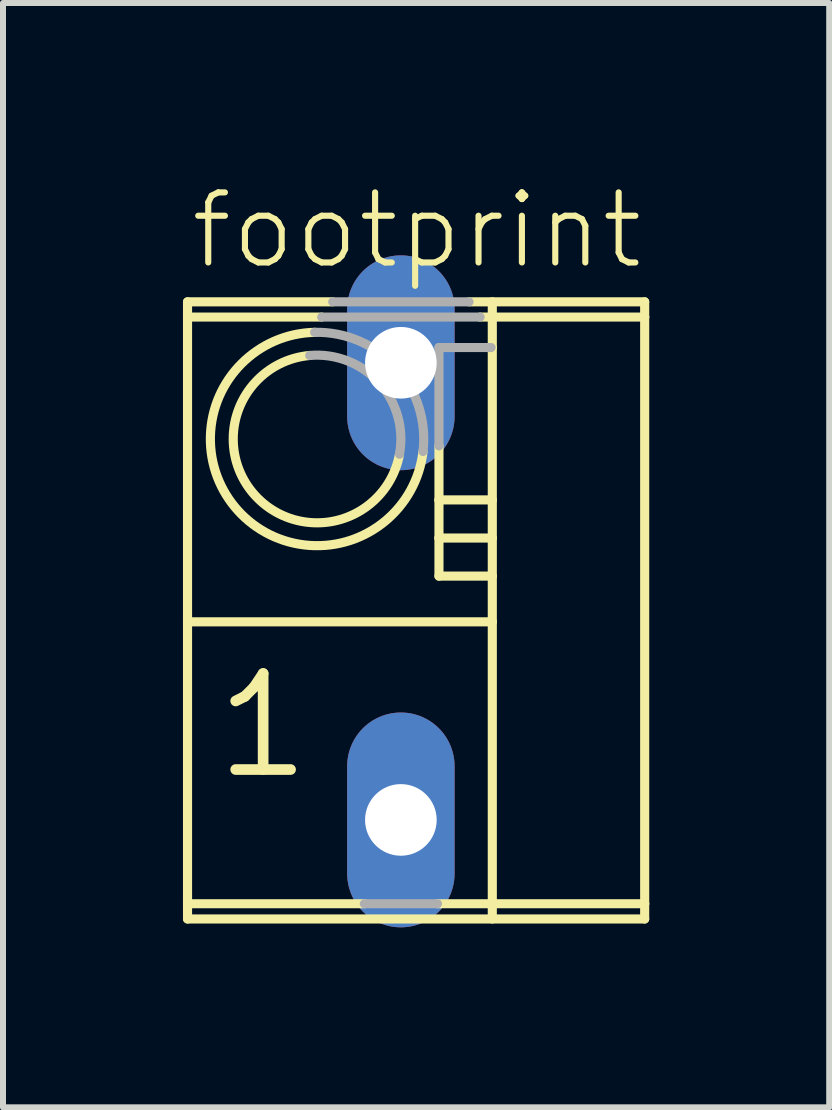
<source format=kicad_pcb>
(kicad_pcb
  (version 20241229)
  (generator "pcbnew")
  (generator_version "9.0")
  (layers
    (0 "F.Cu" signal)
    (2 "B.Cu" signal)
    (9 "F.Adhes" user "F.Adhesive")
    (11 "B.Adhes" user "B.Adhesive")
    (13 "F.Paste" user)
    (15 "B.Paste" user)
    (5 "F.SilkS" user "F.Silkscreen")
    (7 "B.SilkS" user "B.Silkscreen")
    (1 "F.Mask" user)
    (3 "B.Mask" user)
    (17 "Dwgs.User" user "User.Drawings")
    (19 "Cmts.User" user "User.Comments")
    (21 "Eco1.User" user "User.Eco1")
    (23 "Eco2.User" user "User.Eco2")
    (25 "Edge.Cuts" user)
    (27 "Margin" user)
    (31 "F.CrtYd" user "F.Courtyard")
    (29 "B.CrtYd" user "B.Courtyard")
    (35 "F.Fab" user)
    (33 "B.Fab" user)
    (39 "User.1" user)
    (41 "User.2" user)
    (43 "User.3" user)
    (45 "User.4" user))
  (footprint "footprint"
    (layer "F.Cu")
    (at 3.632 6.807)
    (property "Reference" "footprint" (at -3.556 -5.334 0) (layer "F.SilkS") (effects (font (size 1.168 1.168) (thickness 0.102)) (justify left bottom)))
    (fp_line (start -3.556 -4.572) (end -3.556 -4.826) (stroke (width 0.152) (type solid)) (layer "F.SilkS"))
    (fp_line (start -3.556 -4.572) (end -1.32 -4.572) (stroke (width 0.152) (type solid)) (layer "F.SilkS"))
    (fp_line (start -3.556 0.508) (end -3.556 -4.572) (stroke (width 0.152) (type solid)) (layer "F.SilkS"))
    (fp_line (start -3.556 0.508) (end 1.524 0.508) (stroke (width 0.152) (type solid)) (layer "F.SilkS"))
    (fp_line (start -3.556 5.207) (end -3.556 0.508) (stroke (width 0.152) (type solid)) (layer "F.SilkS"))
    (fp_line (start -3.556 5.207) (end -0.609 5.207) (stroke (width 0.152) (type solid)) (layer "F.SilkS"))
    (fp_line (start -3.556 5.461) (end -3.556 5.207) (stroke (width 0.152) (type solid)) (layer "F.SilkS"))
    (fp_line (start -1.136 -4.826) (end -3.556 -4.826) (stroke (width 0.152) (type solid)) (layer "F.SilkS"))
    (fp_line (start 0.635 -1.524) (end 0.635 -2.425) (stroke (width 0.152) (type solid)) (layer "F.SilkS"))
    (fp_line (start 0.635 -0.889) (end 0.635 -1.524) (stroke (width 0.152) (type solid)) (layer "F.SilkS"))
    (fp_line (start 0.635 -0.254) (end 0.635 -0.889) (stroke (width 0.152) (type solid)) (layer "F.SilkS"))
    (fp_line (start 1.503 -4.064) (end 1.524 -4.064) (stroke (width 0.152) (type solid)) (layer "F.SilkS"))
    (fp_line (start 1.524 -4.064) (end 1.524 -4.826) (stroke (width 0.152) (type solid)) (layer "F.SilkS"))
    (fp_line (start 1.524 -1.524) (end 0.635 -1.524) (stroke (width 0.152) (type solid)) (layer "F.SilkS"))
    (fp_line (start 1.524 -1.524) (end 1.524 -4.064) (stroke (width 0.152) (type solid)) (layer "F.SilkS"))
    (fp_line (start 1.524 -0.889) (end 0.635 -0.889) (stroke (width 0.152) (type solid)) (layer "F.SilkS"))
    (fp_line (start 1.524 -0.889) (end 1.524 -1.524) (stroke (width 0.152) (type solid)) (layer "F.SilkS"))
    (fp_line (start 1.524 -0.254) (end 0.635 -0.254) (stroke (width 0.152) (type solid)) (layer "F.SilkS"))
    (fp_line (start 1.524 -0.254) (end 1.524 -0.889) (stroke (width 0.152) (type solid)) (layer "F.SilkS"))
    (fp_line (start 1.524 0.508) (end 1.524 -0.254) (stroke (width 0.152) (type solid)) (layer "F.SilkS"))
    (fp_line (start 1.524 5.461) (end 1.524 0.508) (stroke (width 0.152) (type solid)) (layer "F.SilkS"))
    (fp_line (start 4.064 -4.826) (end 1.136 -4.826) (stroke (width 0.152) (type solid)) (layer "F.SilkS"))
    (fp_line (start 4.064 -4.572) (end 1.32 -4.572) (stroke (width 0.152) (type solid)) (layer "F.SilkS"))
    (fp_line (start 4.064 -4.572) (end 4.064 -4.826) (stroke (width 0.152) (type solid)) (layer "F.SilkS"))
    (fp_line (start 4.064 5.207) (end 0.609 5.207) (stroke (width 0.152) (type solid)) (layer "F.SilkS"))
    (fp_line (start 4.064 5.207) (end 4.064 -4.572) (stroke (width 0.152) (type solid)) (layer "F.SilkS"))
    (fp_line (start 4.064 5.461) (end -3.556 5.461) (stroke (width 0.152) (type solid)) (layer "F.SilkS"))
    (fp_line (start 4.064 5.461) (end 4.064 5.207) (stroke (width 0.152) (type solid)) (layer "F.SilkS"))
    (fp_arc (start -0.022798 -2.286201) (mid -2.430823 -1.599522) (end -1.5192 -3.9317) (stroke (width 0.1524) (type solid)) (layer "F.SilkS"))
    (fp_arc (start 0.3692 -2.3312) (mid -2.712817 -1.343062) (end -1.4369 -4.3175) (stroke (width 0.1524) (type solid)) (layer "F.SilkS"))
    (fp_line (start -1.32 -4.572) (end 1.32 -4.572) (stroke (width 0.152) (type solid)) (layer "F.Fab"))
    (fp_line (start -0.609 5.207) (end 0.609 5.207) (stroke (width 0.152) (type solid)) (layer "F.Fab"))
    (fp_line (start 0.635 -4.064) (end 1.503 -4.064) (stroke (width 0.152) (type solid)) (layer "F.Fab"))
    (fp_line (start 0.635 -2.425) (end 0.635 -4.064) (stroke (width 0.152) (type solid)) (layer "F.Fab"))
    (fp_line (start 1.136 -4.826) (end -1.136 -4.826) (stroke (width 0.152) (type solid)) (layer "F.Fab"))
    (fp_arc (start -1.5192 -3.9317) (mid -0.363305 -3.479838) (end -0.023098 -2.286301) (stroke (width 0.1524) (type solid)) (layer "F.Fab"))
    (fp_arc (start -1.4369 -4.3175) (mid -0.081248 -3.735937) (end 0.369001 -2.331201) (stroke (width 0.1524) (type solid)) (layer "F.Fab"))
    (fp_text user "1" (at -3.175 3.175 0) (layer "F.SilkS") (effects (font (size 1.6 1.6) (thickness 0.178)) (justify left bottom)))
    (pad "1" thru_hole oval (at 0 3.81 90) (size 3.581 1.791) (drill 1.194) (layers "*.Cu" "*.Mask"))
    (pad "2" thru_hole oval (at 0 -3.81 90) (size 3.581 1.791) (drill 1.194) (layers "*.Cu" "*.Mask")))
  (gr_rect
    (start -3 -3)
    (end 10.772 15.408)
    (stroke (width 0.1) (type default))
    (fill no)
    (layer "Edge.Cuts")))
</source>
